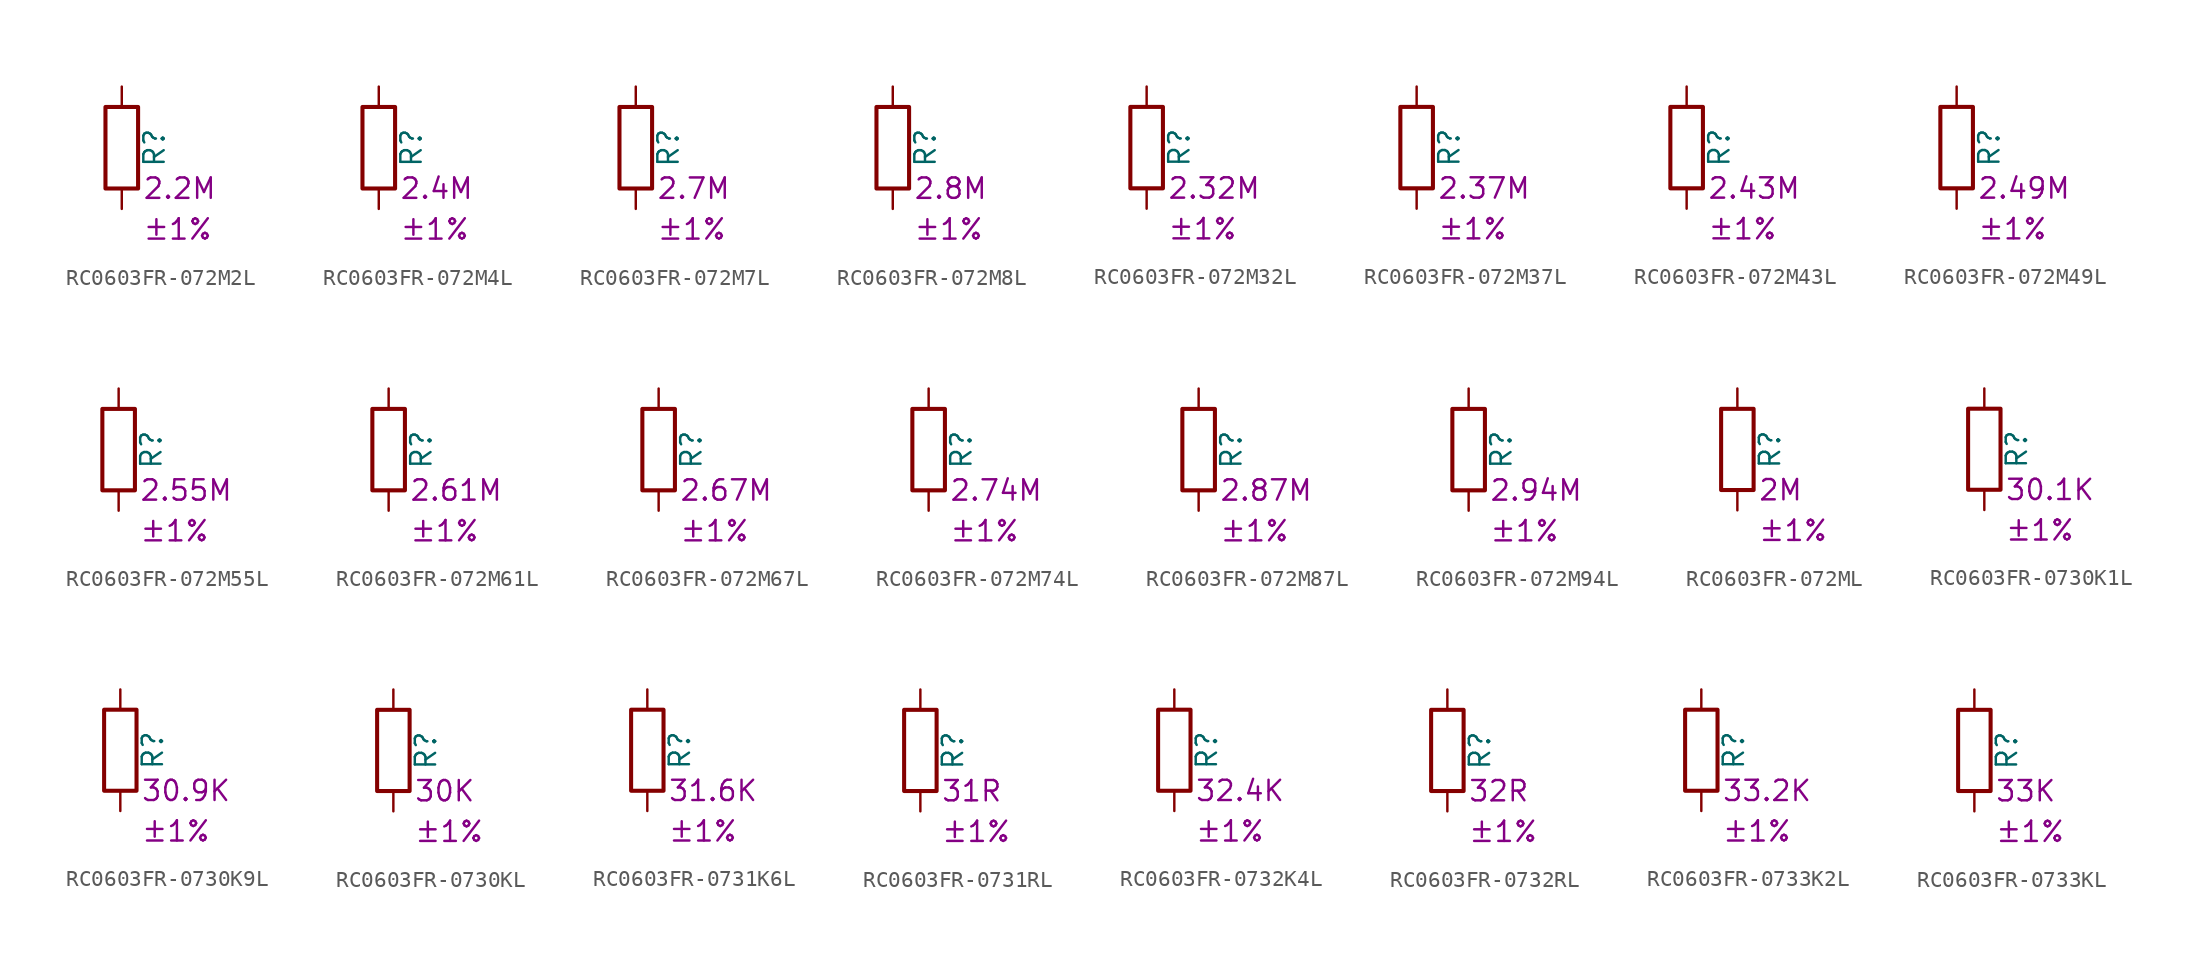
<source format=kicad_sym>
(kicad_symbol_lib
  (version 20220914)
  (generator kicad_symbol_editor)
  (symbol "RC0603FR-072M2L"
    (pin_numbers hide)
    (pin_names
      (offset 0))
    (property "Reference" "R"
      (at 2.032 0 90)
      (effects (font (size 1.27 1.27))))
    (property "Resistance" "2.2M"
      (at 1.27 -2.54 0)
      (effects (font (size 1.27 1.27)) (justify left)))
    (property "Tolerance" "±1%"
      (at 1.27 -5.08 0)
      (effects (font (size 1.27 1.27)) (justify left)))
    (symbol "RC0603FR-072M2L_0_1"
      (rectangle (start -1.016 -2.54) (end 1.016 2.54) (stroke (width 0.254) (type default)) (fill (type none))))
    (symbol "RC0603FR-072M2L_1_1"
      (pin passive line (at 0 3.81 270) (length 1.27) (name "~" (effects (font (size 1.27 1.27)))) (number "1" (effects (font (size 1.27 1.27)))))
      (pin passive line (at 0 -3.81 90) (length 1.27) (name "~" (effects (font (size 1.27 1.27)))) (number "2" (effects (font (size 1.27 1.27)))))))
  (symbol "RC0603FR-072M4L"
    (pin_numbers hide)
    (pin_names
      (offset 0))
    (property "Reference" "R"
      (at 2.032 0 90)
      (effects (font (size 1.27 1.27))))
    (property "Resistance" "2.4M"
      (at 1.27 -2.54 0)
      (effects (font (size 1.27 1.27)) (justify left)))
    (property "Tolerance" "±1%"
      (at 1.27 -5.08 0)
      (effects (font (size 1.27 1.27)) (justify left)))
    (symbol "RC0603FR-072M4L_0_1"
      (rectangle (start -1.016 -2.54) (end 1.016 2.54) (stroke (width 0.254) (type default)) (fill (type none))))
    (symbol "RC0603FR-072M4L_1_1"
      (pin passive line (at 0 3.81 270) (length 1.27) (name "~" (effects (font (size 1.27 1.27)))) (number "1" (effects (font (size 1.27 1.27)))))
      (pin passive line (at 0 -3.81 90) (length 1.27) (name "~" (effects (font (size 1.27 1.27)))) (number "2" (effects (font (size 1.27 1.27)))))))
  (symbol "RC0603FR-072M7L"
    (pin_numbers hide)
    (pin_names
      (offset 0))
    (property "Reference" "R"
      (at 2.032 0 90)
      (effects (font (size 1.27 1.27))))
    (property "Resistance" "2.7M"
      (at 1.27 -2.54 0)
      (effects (font (size 1.27 1.27)) (justify left)))
    (property "Tolerance" "±1%"
      (at 1.27 -5.08 0)
      (effects (font (size 1.27 1.27)) (justify left)))
    (symbol "RC0603FR-072M7L_0_1"
      (rectangle (start -1.016 -2.54) (end 1.016 2.54) (stroke (width 0.254) (type default)) (fill (type none))))
    (symbol "RC0603FR-072M7L_1_1"
      (pin passive line (at 0 3.81 270) (length 1.27) (name "~" (effects (font (size 1.27 1.27)))) (number "1" (effects (font (size 1.27 1.27)))))
      (pin passive line (at 0 -3.81 90) (length 1.27) (name "~" (effects (font (size 1.27 1.27)))) (number "2" (effects (font (size 1.27 1.27)))))))
  (symbol "RC0603FR-072M8L"
    (pin_numbers hide)
    (pin_names
      (offset 0))
    (property "Reference" "R"
      (at 2.032 0 90)
      (effects (font (size 1.27 1.27))))
    (property "Resistance" "2.8M"
      (at 1.27 -2.54 0)
      (effects (font (size 1.27 1.27)) (justify left)))
    (property "Tolerance" "±1%"
      (at 1.27 -5.08 0)
      (effects (font (size 1.27 1.27)) (justify left)))
    (symbol "RC0603FR-072M8L_0_1"
      (rectangle (start -1.016 -2.54) (end 1.016 2.54) (stroke (width 0.254) (type default)) (fill (type none))))
    (symbol "RC0603FR-072M8L_1_1"
      (pin passive line (at 0 3.81 270) (length 1.27) (name "~" (effects (font (size 1.27 1.27)))) (number "1" (effects (font (size 1.27 1.27)))))
      (pin passive line (at 0 -3.81 90) (length 1.27) (name "~" (effects (font (size 1.27 1.27)))) (number "2" (effects (font (size 1.27 1.27)))))))
  (symbol "RC0603FR-072M32L"
    (pin_numbers hide)
    (pin_names
      (offset 0))
    (property "Reference" "R"
      (at 2.032 0 90)
      (effects (font (size 1.27 1.27))))
    (property "Resistance" "2.32M"
      (at 1.27 -2.54 0)
      (effects (font (size 1.27 1.27)) (justify left)))
    (property "Tolerance" "±1%"
      (at 1.27 -5.08 0)
      (effects (font (size 1.27 1.27)) (justify left)))
    (symbol "RC0603FR-072M32L_0_1"
      (rectangle (start -1.016 -2.54) (end 1.016 2.54) (stroke (width 0.254) (type default)) (fill (type none))))
    (symbol "RC0603FR-072M32L_1_1"
      (pin passive line (at 0 3.81 270) (length 1.27) (name "~" (effects (font (size 1.27 1.27)))) (number "1" (effects (font (size 1.27 1.27)))))
      (pin passive line (at 0 -3.81 90) (length 1.27) (name "~" (effects (font (size 1.27 1.27)))) (number "2" (effects (font (size 1.27 1.27)))))))
  (symbol "RC0603FR-072M37L"
    (pin_numbers hide)
    (pin_names
      (offset 0))
    (property "Reference" "R"
      (at 2.032 0 90)
      (effects (font (size 1.27 1.27))))
    (property "Resistance" "2.37M"
      (at 1.27 -2.54 0)
      (effects (font (size 1.27 1.27)) (justify left)))
    (property "Tolerance" "±1%"
      (at 1.27 -5.08 0)
      (effects (font (size 1.27 1.27)) (justify left)))
    (symbol "RC0603FR-072M37L_0_1"
      (rectangle (start -1.016 -2.54) (end 1.016 2.54) (stroke (width 0.254) (type default)) (fill (type none))))
    (symbol "RC0603FR-072M37L_1_1"
      (pin passive line (at 0 3.81 270) (length 1.27) (name "~" (effects (font (size 1.27 1.27)))) (number "1" (effects (font (size 1.27 1.27)))))
      (pin passive line (at 0 -3.81 90) (length 1.27) (name "~" (effects (font (size 1.27 1.27)))) (number "2" (effects (font (size 1.27 1.27)))))))
  (symbol "RC0603FR-072M43L"
    (pin_numbers hide)
    (pin_names
      (offset 0))
    (property "Reference" "R"
      (at 2.032 0 90)
      (effects (font (size 1.27 1.27))))
    (property "Resistance" "2.43M"
      (at 1.27 -2.54 0)
      (effects (font (size 1.27 1.27)) (justify left)))
    (property "Tolerance" "±1%"
      (at 1.27 -5.08 0)
      (effects (font (size 1.27 1.27)) (justify left)))
    (symbol "RC0603FR-072M43L_0_1"
      (rectangle (start -1.016 -2.54) (end 1.016 2.54) (stroke (width 0.254) (type default)) (fill (type none))))
    (symbol "RC0603FR-072M43L_1_1"
      (pin passive line (at 0 3.81 270) (length 1.27) (name "~" (effects (font (size 1.27 1.27)))) (number "1" (effects (font (size 1.27 1.27)))))
      (pin passive line (at 0 -3.81 90) (length 1.27) (name "~" (effects (font (size 1.27 1.27)))) (number "2" (effects (font (size 1.27 1.27)))))))
  (symbol "RC0603FR-072M49L"
    (pin_numbers hide)
    (pin_names
      (offset 0))
    (property "Reference" "R"
      (at 2.032 0 90)
      (effects (font (size 1.27 1.27))))
    (property "Resistance" "2.49M"
      (at 1.27 -2.54 0)
      (effects (font (size 1.27 1.27)) (justify left)))
    (property "Tolerance" "±1%"
      (at 1.27 -5.08 0)
      (effects (font (size 1.27 1.27)) (justify left)))
    (symbol "RC0603FR-072M49L_0_1"
      (rectangle (start -1.016 -2.54) (end 1.016 2.54) (stroke (width 0.254) (type default)) (fill (type none))))
    (symbol "RC0603FR-072M49L_1_1"
      (pin passive line (at 0 3.81 270) (length 1.27) (name "~" (effects (font (size 1.27 1.27)))) (number "1" (effects (font (size 1.27 1.27)))))
      (pin passive line (at 0 -3.81 90) (length 1.27) (name "~" (effects (font (size 1.27 1.27)))) (number "2" (effects (font (size 1.27 1.27)))))))
  (symbol "RC0603FR-072M55L"
    (pin_numbers hide)
    (pin_names
      (offset 0))
    (property "Reference" "R"
      (at 2.032 0 90)
      (effects (font (size 1.27 1.27))))
    (property "Resistance" "2.55M"
      (at 1.27 -2.54 0)
      (effects (font (size 1.27 1.27)) (justify left)))
    (property "Tolerance" "±1%"
      (at 1.27 -5.08 0)
      (effects (font (size 1.27 1.27)) (justify left)))
    (symbol "RC0603FR-072M55L_0_1"
      (rectangle (start -1.016 -2.54) (end 1.016 2.54) (stroke (width 0.254) (type default)) (fill (type none))))
    (symbol "RC0603FR-072M55L_1_1"
      (pin passive line (at 0 3.81 270) (length 1.27) (name "~" (effects (font (size 1.27 1.27)))) (number "1" (effects (font (size 1.27 1.27)))))
      (pin passive line (at 0 -3.81 90) (length 1.27) (name "~" (effects (font (size 1.27 1.27)))) (number "2" (effects (font (size 1.27 1.27)))))))
  (symbol "RC0603FR-072M61L"
    (pin_numbers hide)
    (pin_names
      (offset 0))
    (property "Reference" "R"
      (at 2.032 0 90)
      (effects (font (size 1.27 1.27))))
    (property "Resistance" "2.61M"
      (at 1.27 -2.54 0)
      (effects (font (size 1.27 1.27)) (justify left)))
    (property "Tolerance" "±1%"
      (at 1.27 -5.08 0)
      (effects (font (size 1.27 1.27)) (justify left)))
    (symbol "RC0603FR-072M61L_0_1"
      (rectangle (start -1.016 -2.54) (end 1.016 2.54) (stroke (width 0.254) (type default)) (fill (type none))))
    (symbol "RC0603FR-072M61L_1_1"
      (pin passive line (at 0 3.81 270) (length 1.27) (name "~" (effects (font (size 1.27 1.27)))) (number "1" (effects (font (size 1.27 1.27)))))
      (pin passive line (at 0 -3.81 90) (length 1.27) (name "~" (effects (font (size 1.27 1.27)))) (number "2" (effects (font (size 1.27 1.27)))))))
  (symbol "RC0603FR-072M67L"
    (pin_numbers hide)
    (pin_names
      (offset 0))
    (property "Reference" "R"
      (at 2.032 0 90)
      (effects (font (size 1.27 1.27))))
    (property "Resistance" "2.67M"
      (at 1.27 -2.54 0)
      (effects (font (size 1.27 1.27)) (justify left)))
    (property "Tolerance" "±1%"
      (at 1.27 -5.08 0)
      (effects (font (size 1.27 1.27)) (justify left)))
    (symbol "RC0603FR-072M67L_0_1"
      (rectangle (start -1.016 -2.54) (end 1.016 2.54) (stroke (width 0.254) (type default)) (fill (type none))))
    (symbol "RC0603FR-072M67L_1_1"
      (pin passive line (at 0 3.81 270) (length 1.27) (name "~" (effects (font (size 1.27 1.27)))) (number "1" (effects (font (size 1.27 1.27)))))
      (pin passive line (at 0 -3.81 90) (length 1.27) (name "~" (effects (font (size 1.27 1.27)))) (number "2" (effects (font (size 1.27 1.27)))))))
  (symbol "RC0603FR-072M74L"
    (pin_numbers hide)
    (pin_names
      (offset 0))
    (property "Reference" "R"
      (at 2.032 0 90)
      (effects (font (size 1.27 1.27))))
    (property "Resistance" "2.74M"
      (at 1.27 -2.54 0)
      (effects (font (size 1.27 1.27)) (justify left)))
    (property "Tolerance" "±1%"
      (at 1.27 -5.08 0)
      (effects (font (size 1.27 1.27)) (justify left)))
    (symbol "RC0603FR-072M74L_0_1"
      (rectangle (start -1.016 -2.54) (end 1.016 2.54) (stroke (width 0.254) (type default)) (fill (type none))))
    (symbol "RC0603FR-072M74L_1_1"
      (pin passive line (at 0 3.81 270) (length 1.27) (name "~" (effects (font (size 1.27 1.27)))) (number "1" (effects (font (size 1.27 1.27)))))
      (pin passive line (at 0 -3.81 90) (length 1.27) (name "~" (effects (font (size 1.27 1.27)))) (number "2" (effects (font (size 1.27 1.27)))))))
  (symbol "RC0603FR-072M87L"
    (pin_numbers hide)
    (pin_names
      (offset 0))
    (property "Reference" "R"
      (at 2.032 0 90)
      (effects (font (size 1.27 1.27))))
    (property "Resistance" "2.87M"
      (at 1.27 -2.54 0)
      (effects (font (size 1.27 1.27)) (justify left)))
    (property "Tolerance" "±1%"
      (at 1.27 -5.08 0)
      (effects (font (size 1.27 1.27)) (justify left)))
    (symbol "RC0603FR-072M87L_0_1"
      (rectangle (start -1.016 -2.54) (end 1.016 2.54) (stroke (width 0.254) (type default)) (fill (type none))))
    (symbol "RC0603FR-072M87L_1_1"
      (pin passive line (at 0 3.81 270) (length 1.27) (name "~" (effects (font (size 1.27 1.27)))) (number "1" (effects (font (size 1.27 1.27)))))
      (pin passive line (at 0 -3.81 90) (length 1.27) (name "~" (effects (font (size 1.27 1.27)))) (number "2" (effects (font (size 1.27 1.27)))))))
  (symbol "RC0603FR-072M94L"
    (pin_numbers hide)
    (pin_names
      (offset 0))
    (property "Reference" "R"
      (at 2.032 0 90)
      (effects (font (size 1.27 1.27))))
    (property "Resistance" "2.94M"
      (at 1.27 -2.54 0)
      (effects (font (size 1.27 1.27)) (justify left)))
    (property "Tolerance" "±1%"
      (at 1.27 -5.08 0)
      (effects (font (size 1.27 1.27)) (justify left)))
    (symbol "RC0603FR-072M94L_0_1"
      (rectangle (start -1.016 -2.54) (end 1.016 2.54) (stroke (width 0.254) (type default)) (fill (type none))))
    (symbol "RC0603FR-072M94L_1_1"
      (pin passive line (at 0 3.81 270) (length 1.27) (name "~" (effects (font (size 1.27 1.27)))) (number "1" (effects (font (size 1.27 1.27)))))
      (pin passive line (at 0 -3.81 90) (length 1.27) (name "~" (effects (font (size 1.27 1.27)))) (number "2" (effects (font (size 1.27 1.27)))))))
  (symbol "RC0603FR-072ML"
    (pin_numbers hide)
    (pin_names
      (offset 0))
    (property "Reference" "R"
      (at 2.032 0 90)
      (effects (font (size 1.27 1.27))))
    (property "Resistance" "2M"
      (at 1.27 -2.54 0)
      (effects (font (size 1.27 1.27)) (justify left)))
    (property "Tolerance" "±1%"
      (at 1.27 -5.08 0)
      (effects (font (size 1.27 1.27)) (justify left)))
    (symbol "RC0603FR-072ML_0_1"
      (rectangle (start -1.016 -2.54) (end 1.016 2.54) (stroke (width 0.254) (type default)) (fill (type none))))
    (symbol "RC0603FR-072ML_1_1"
      (pin passive line (at 0 3.81 270) (length 1.27) (name "~" (effects (font (size 1.27 1.27)))) (number "1" (effects (font (size 1.27 1.27)))))
      (pin passive line (at 0 -3.81 90) (length 1.27) (name "~" (effects (font (size 1.27 1.27)))) (number "2" (effects (font (size 1.27 1.27)))))))
  (symbol "RC0603FR-0730K1L"
    (pin_numbers hide)
    (pin_names
      (offset 0))
    (property "Reference" "R"
      (at 2.032 0 90)
      (effects (font (size 1.27 1.27))))
    (property "Resistance" "30.1K"
      (at 1.27 -2.54 0)
      (effects (font (size 1.27 1.27)) (justify left)))
    (property "Tolerance" "±1%"
      (at 1.27 -5.08 0)
      (effects (font (size 1.27 1.27)) (justify left)))
    (symbol "RC0603FR-0730K1L_0_1"
      (rectangle (start -1.016 -2.54) (end 1.016 2.54) (stroke (width 0.254) (type default)) (fill (type none))))
    (symbol "RC0603FR-0730K1L_1_1"
      (pin passive line (at 0 3.81 270) (length 1.27) (name "~" (effects (font (size 1.27 1.27)))) (number "1" (effects (font (size 1.27 1.27)))))
      (pin passive line (at 0 -3.81 90) (length 1.27) (name "~" (effects (font (size 1.27 1.27)))) (number "2" (effects (font (size 1.27 1.27)))))))
  (symbol "RC0603FR-0730K9L"
    (pin_numbers hide)
    (pin_names
      (offset 0))
    (property "Reference" "R"
      (at 2.032 0 90)
      (effects (font (size 1.27 1.27))))
    (property "Resistance" "30.9K"
      (at 1.27 -2.54 0)
      (effects (font (size 1.27 1.27)) (justify left)))
    (property "Tolerance" "±1%"
      (at 1.27 -5.08 0)
      (effects (font (size 1.27 1.27)) (justify left)))
    (symbol "RC0603FR-0730K9L_0_1"
      (rectangle (start -1.016 -2.54) (end 1.016 2.54) (stroke (width 0.254) (type default)) (fill (type none))))
    (symbol "RC0603FR-0730K9L_1_1"
      (pin passive line (at 0 3.81 270) (length 1.27) (name "~" (effects (font (size 1.27 1.27)))) (number "1" (effects (font (size 1.27 1.27)))))
      (pin passive line (at 0 -3.81 90) (length 1.27) (name "~" (effects (font (size 1.27 1.27)))) (number "2" (effects (font (size 1.27 1.27)))))))
  (symbol "RC0603FR-0730KL"
    (pin_numbers hide)
    (pin_names
      (offset 0))
    (property "Reference" "R"
      (at 2.032 0 90)
      (effects (font (size 1.27 1.27))))
    (property "Resistance" "30K"
      (at 1.27 -2.54 0)
      (effects (font (size 1.27 1.27)) (justify left)))
    (property "Tolerance" "±1%"
      (at 1.27 -5.08 0)
      (effects (font (size 1.27 1.27)) (justify left)))
    (symbol "RC0603FR-0730KL_0_1"
      (rectangle (start -1.016 -2.54) (end 1.016 2.54) (stroke (width 0.254) (type default)) (fill (type none))))
    (symbol "RC0603FR-0730KL_1_1"
      (pin passive line (at 0 3.81 270) (length 1.27) (name "~" (effects (font (size 1.27 1.27)))) (number "1" (effects (font (size 1.27 1.27)))))
      (pin passive line (at 0 -3.81 90) (length 1.27) (name "~" (effects (font (size 1.27 1.27)))) (number "2" (effects (font (size 1.27 1.27)))))))
  (symbol "RC0603FR-0731K6L"
    (pin_numbers hide)
    (pin_names
      (offset 0))
    (property "Reference" "R"
      (at 2.032 0 90)
      (effects (font (size 1.27 1.27))))
    (property "Resistance" "31.6K"
      (at 1.27 -2.54 0)
      (effects (font (size 1.27 1.27)) (justify left)))
    (property "Tolerance" "±1%"
      (at 1.27 -5.08 0)
      (effects (font (size 1.27 1.27)) (justify left)))
    (symbol "RC0603FR-0731K6L_0_1"
      (rectangle (start -1.016 -2.54) (end 1.016 2.54) (stroke (width 0.254) (type default)) (fill (type none))))
    (symbol "RC0603FR-0731K6L_1_1"
      (pin passive line (at 0 3.81 270) (length 1.27) (name "~" (effects (font (size 1.27 1.27)))) (number "1" (effects (font (size 1.27 1.27)))))
      (pin passive line (at 0 -3.81 90) (length 1.27) (name "~" (effects (font (size 1.27 1.27)))) (number "2" (effects (font (size 1.27 1.27)))))))
  (symbol "RC0603FR-0731RL"
    (pin_numbers hide)
    (pin_names
      (offset 0))
    (property "Reference" "R"
      (at 2.032 0 90)
      (effects (font (size 1.27 1.27))))
    (property "Resistance" "31R"
      (at 1.27 -2.54 0)
      (effects (font (size 1.27 1.27)) (justify left)))
    (property "Tolerance" "±1%"
      (at 1.27 -5.08 0)
      (effects (font (size 1.27 1.27)) (justify left)))
    (symbol "RC0603FR-0731RL_0_1"
      (rectangle (start -1.016 -2.54) (end 1.016 2.54) (stroke (width 0.254) (type default)) (fill (type none))))
    (symbol "RC0603FR-0731RL_1_1"
      (pin passive line (at 0 3.81 270) (length 1.27) (name "~" (effects (font (size 1.27 1.27)))) (number "1" (effects (font (size 1.27 1.27)))))
      (pin passive line (at 0 -3.81 90) (length 1.27) (name "~" (effects (font (size 1.27 1.27)))) (number "2" (effects (font (size 1.27 1.27)))))))
  (symbol "RC0603FR-0732K4L"
    (pin_numbers hide)
    (pin_names
      (offset 0))
    (property "Reference" "R"
      (at 2.032 0 90)
      (effects (font (size 1.27 1.27))))
    (property "Resistance" "32.4K"
      (at 1.27 -2.54 0)
      (effects (font (size 1.27 1.27)) (justify left)))
    (property "Tolerance" "±1%"
      (at 1.27 -5.08 0)
      (effects (font (size 1.27 1.27)) (justify left)))
    (symbol "RC0603FR-0732K4L_0_1"
      (rectangle (start -1.016 -2.54) (end 1.016 2.54) (stroke (width 0.254) (type default)) (fill (type none))))
    (symbol "RC0603FR-0732K4L_1_1"
      (pin passive line (at 0 3.81 270) (length 1.27) (name "~" (effects (font (size 1.27 1.27)))) (number "1" (effects (font (size 1.27 1.27)))))
      (pin passive line (at 0 -3.81 90) (length 1.27) (name "~" (effects (font (size 1.27 1.27)))) (number "2" (effects (font (size 1.27 1.27)))))))
  (symbol "RC0603FR-0732RL"
    (pin_numbers hide)
    (pin_names
      (offset 0))
    (property "Reference" "R"
      (at 2.032 0 90)
      (effects (font (size 1.27 1.27))))
    (property "Resistance" "32R"
      (at 1.27 -2.54 0)
      (effects (font (size 1.27 1.27)) (justify left)))
    (property "Tolerance" "±1%"
      (at 1.27 -5.08 0)
      (effects (font (size 1.27 1.27)) (justify left)))
    (symbol "RC0603FR-0732RL_0_1"
      (rectangle (start -1.016 -2.54) (end 1.016 2.54) (stroke (width 0.254) (type default)) (fill (type none))))
    (symbol "RC0603FR-0732RL_1_1"
      (pin passive line (at 0 3.81 270) (length 1.27) (name "~" (effects (font (size 1.27 1.27)))) (number "1" (effects (font (size 1.27 1.27)))))
      (pin passive line (at 0 -3.81 90) (length 1.27) (name "~" (effects (font (size 1.27 1.27)))) (number "2" (effects (font (size 1.27 1.27)))))))
  (symbol "RC0603FR-0733K2L"
    (pin_numbers hide)
    (pin_names
      (offset 0))
    (property "Reference" "R"
      (at 2.032 0 90)
      (effects (font (size 1.27 1.27))))
    (property "Resistance" "33.2K"
      (at 1.27 -2.54 0)
      (effects (font (size 1.27 1.27)) (justify left)))
    (property "Tolerance" "±1%"
      (at 1.27 -5.08 0)
      (effects (font (size 1.27 1.27)) (justify left)))
    (symbol "RC0603FR-0733K2L_0_1"
      (rectangle (start -1.016 -2.54) (end 1.016 2.54) (stroke (width 0.254) (type default)) (fill (type none))))
    (symbol "RC0603FR-0733K2L_1_1"
      (pin passive line (at 0 3.81 270) (length 1.27) (name "~" (effects (font (size 1.27 1.27)))) (number "1" (effects (font (size 1.27 1.27)))))
      (pin passive line (at 0 -3.81 90) (length 1.27) (name "~" (effects (font (size 1.27 1.27)))) (number "2" (effects (font (size 1.27 1.27)))))))
  (symbol "RC0603FR-0733KL"
    (pin_numbers hide)
    (pin_names
      (offset 0))
    (property "Reference" "R"
      (at 2.032 0 90)
      (effects (font (size 1.27 1.27))))
    (property "Resistance" "33K"
      (at 1.27 -2.54 0)
      (effects (font (size 1.27 1.27)) (justify left)))
    (property "Tolerance" "±1%"
      (at 1.27 -5.08 0)
      (effects (font (size 1.27 1.27)) (justify left)))
    (symbol "RC0603FR-0733KL_0_1"
      (rectangle (start -1.016 -2.54) (end 1.016 2.54) (stroke (width 0.254) (type default)) (fill (type none))))
    (symbol "RC0603FR-0733KL_1_1"
      (pin passive line (at 0 3.81 270) (length 1.27) (name "~" (effects (font (size 1.27 1.27)))) (number "1" (effects (font (size 1.27 1.27)))))
      (pin passive line (at 0 -3.81 90) (length 1.27) (name "~" (effects (font (size 1.27 1.27)))) (number "2" (effects (font (size 1.27 1.27))))))))
</source>
